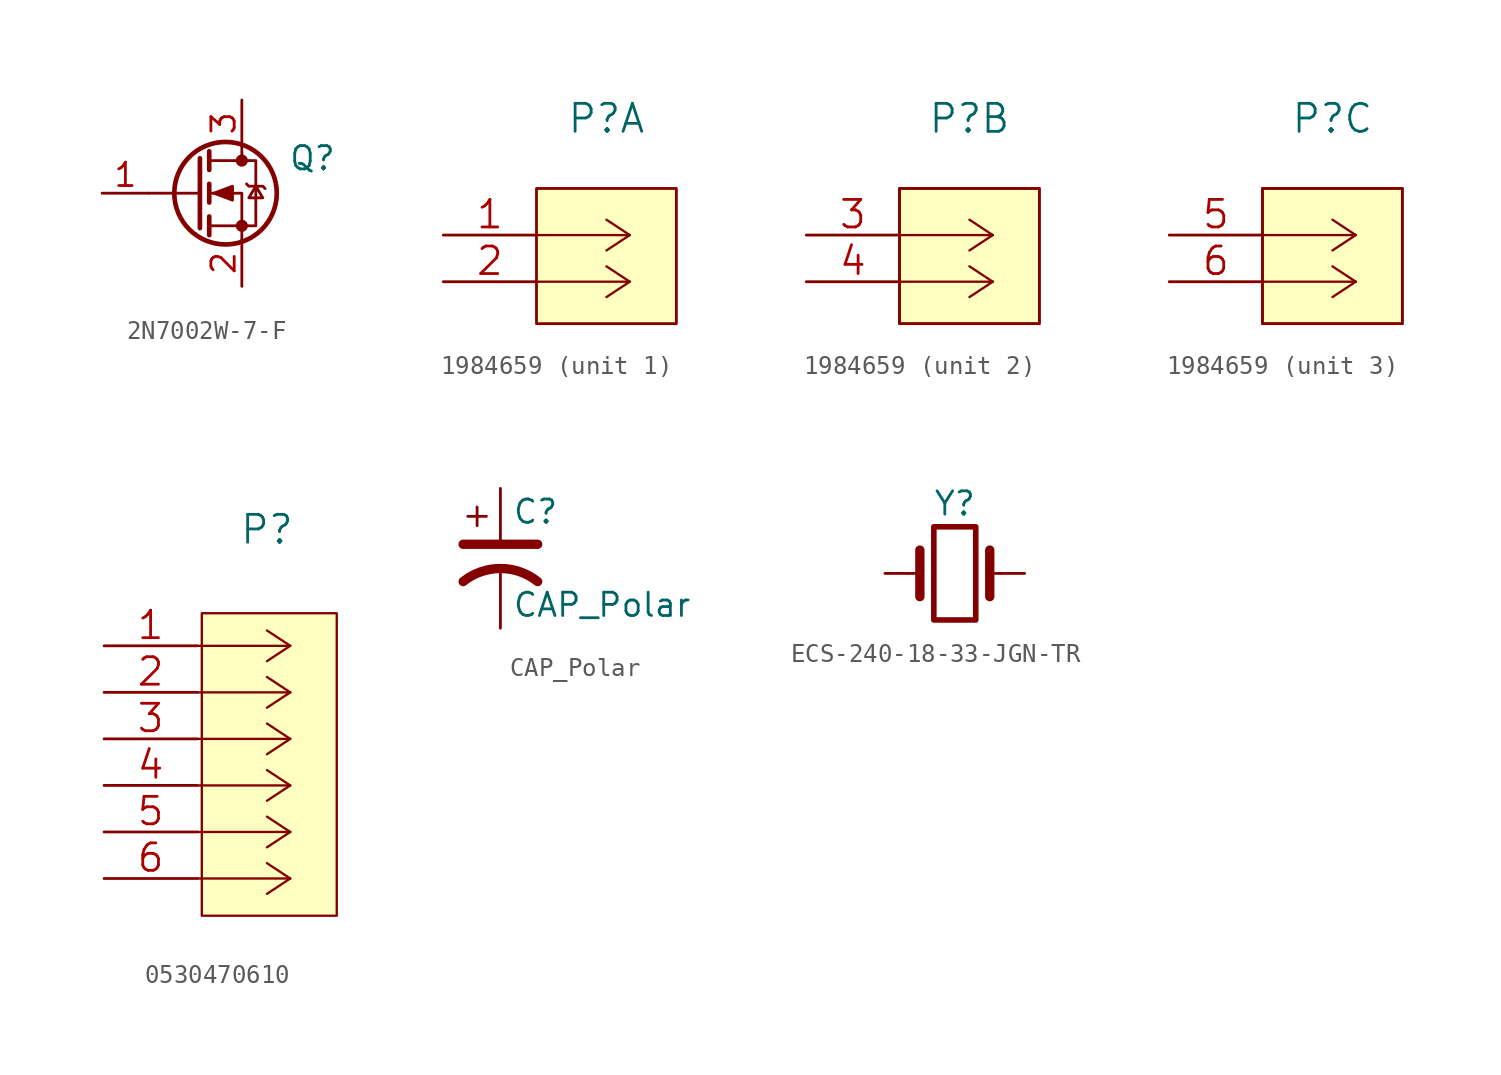
<source format=kicad_sym>
(kicad_symbol_lib
  (version 20220914)
  (generator kicad_symbol_editor)
  (symbol "2N7002W-7-F"
    (pin_names hide)
    (property "Reference" "Q"
      (at 5.08 1.905 0)
      (effects (font (size 1.27 1.27)) (justify left)))
    (symbol "2N7002W-7-F_0_1"
      (polyline (pts (xy 0.254 0) (xy -2.54 0)) (stroke (width 0) (type default)) (fill (type none)))
      (polyline (pts (xy 0.254 1.905) (xy 0.254 -1.905)) (stroke (width 0.254) (type default)) (fill (type none)))
      (polyline (pts (xy 0.762 -1.27) (xy 0.762 -2.286)) (stroke (width 0.254) (type default)) (fill (type none)))
      (polyline (pts (xy 0.762 0.508) (xy 0.762 -0.508)) (stroke (width 0.254) (type default)) (fill (type none)))
      (polyline (pts (xy 0.762 2.286) (xy 0.762 1.27)) (stroke (width 0.254) (type default)) (fill (type none)))
      (polyline (pts (xy 2.54 2.54) (xy 2.54 1.778)) (stroke (width 0) (type default)) (fill (type none)))
      (polyline (pts (xy 2.54 -2.54) (xy 2.54 0) (xy 0.762 0)) (stroke (width 0) (type default)) (fill (type none)))
      (polyline (pts (xy 0.762 -1.778) (xy 3.302 -1.778) (xy 3.302 1.778) (xy 0.762 1.778)) (stroke (width 0) (type default)) (fill (type none)))
      (polyline (pts (xy 1.016 0) (xy 2.032 0.381) (xy 2.032 -0.381) (xy 1.016 0)) (stroke (width 0) (type default)) (fill (type outline)))
      (polyline (pts (xy 2.794 0.508) (xy 2.921 0.381) (xy 3.683 0.381) (xy 3.81 0.254)) (stroke (width 0) (type default)) (fill (type none)))
      (polyline (pts (xy 3.302 0.381) (xy 2.921 -0.254) (xy 3.683 -0.254) (xy 3.302 0.381)) (stroke (width 0) (type default)) (fill (type none)))
      (circle (center 1.651 0) (radius 2.794) (stroke (width 0.254) (type default)) (fill (type none)))
      (circle (center 2.54 -1.778) (radius 0.254) (stroke (width 0) (type default)) (fill (type outline)))
      (circle (center 2.54 1.778) (radius 0.254) (stroke (width 0) (type default)) (fill (type outline))))
    (symbol "2N7002W-7-F_1_1"
      (pin input line (at -5.08 0 0) (length 2.54) (name "G" (effects (font (size 1.27 1.27)))) (number "1" (effects (font (size 1.27 1.27)))))
      (pin passive line (at 2.54 -5.08 90) (length 2.54) (name "S" (effects (font (size 1.27 1.27)))) (number "2" (effects (font (size 1.27 1.27)))))
      (pin passive line (at 2.54 5.08 270) (length 2.54) (name "D" (effects (font (size 1.27 1.27)))) (number "3" (effects (font (size 1.27 1.27)))))))
  (symbol "1984659"
    (pin_names
      (offset 0.254) hide)
    (property "Reference" "P"
      (at 8.89 6.35 0)
      (effects (font (size 1.524 1.524))))
    (symbol "1984659_0_1"
      (rectangle (start 5.08 2.54) (end 12.7 -4.826) (stroke (width 0.152) (type default)) (fill (type background))))
    (symbol "1984659_1_1"
      (polyline (pts (xy 10.16 -2.54) (xy 5.08 -2.54)) (stroke (width 0.127) (type default)) (fill (type none)))
      (polyline (pts (xy 10.16 -2.54) (xy 8.89 -3.378)) (stroke (width 0.127) (type default)) (fill (type none)))
      (polyline (pts (xy 10.16 -2.54) (xy 8.89 -1.702)) (stroke (width 0.127) (type default)) (fill (type none)))
      (polyline (pts (xy 10.16 0) (xy 5.08 0)) (stroke (width 0.127) (type default)) (fill (type none)))
      (polyline (pts (xy 10.16 0) (xy 8.89 -0.838)) (stroke (width 0.127) (type default)) (fill (type none)))
      (polyline (pts (xy 10.16 0) (xy 8.89 0.838)) (stroke (width 0.127) (type default)) (fill (type none)))
      (pin passive line (at 0 0 0) (length 5.08) (name "5" (effects (font (size 1.499 1.499)))) (number "1" (effects (font (size 1.499 1.499)))))
      (pin passive line (at 0 -2.54 0) (length 5.08) (name "6" (effects (font (size 1.499 1.499)))) (number "2" (effects (font (size 1.499 1.499))))))
    (symbol "1984659_2_1"
      (polyline (pts (xy 5.08 2.54) (xy 5.08 -4.826)) (stroke (width 0.127) (type default)) (fill (type none)))
      (polyline (pts (xy 10.16 -2.54) (xy 5.08 -2.54)) (stroke (width 0.127) (type default)) (fill (type none)))
      (polyline (pts (xy 10.16 -2.54) (xy 8.89 -3.378)) (stroke (width 0.127) (type default)) (fill (type none)))
      (polyline (pts (xy 10.16 -2.54) (xy 8.89 -1.702)) (stroke (width 0.127) (type default)) (fill (type none)))
      (polyline (pts (xy 10.16 0) (xy 5.08 0)) (stroke (width 0.127) (type default)) (fill (type none)))
      (polyline (pts (xy 10.16 0) (xy 8.89 -0.838)) (stroke (width 0.127) (type default)) (fill (type none)))
      (polyline (pts (xy 10.16 0) (xy 8.89 0.838)) (stroke (width 0.127) (type default)) (fill (type none)))
      (polyline (pts (xy 12.7 -4.826) (xy 12.7 2.54)) (stroke (width 0.127) (type default)) (fill (type none)))
      (polyline (pts (xy 12.7 2.54) (xy 5.08 2.54)) (stroke (width 0.127) (type default)) (fill (type none)))
      (polyline (pts (xy 5.08 -4.826) (xy 8.382 -4.826) (xy 12.7 -4.826)) (stroke (width 0.127) (type default)) (fill (type none)))
      (pin passive line (at 0 0 0) (length 5.08) (name "5" (effects (font (size 1.499 1.499)))) (number "3" (effects (font (size 1.499 1.499)))))
      (pin passive line (at 0 -2.54 0) (length 5.08) (name "6" (effects (font (size 1.499 1.499)))) (number "4" (effects (font (size 1.499 1.499))))))
    (symbol "1984659_3_1"
      (polyline (pts (xy 5.08 2.54) (xy 5.08 -4.826)) (stroke (width 0.127) (type default)) (fill (type none)))
      (polyline (pts (xy 10.16 -2.54) (xy 5.08 -2.54)) (stroke (width 0.127) (type default)) (fill (type none)))
      (polyline (pts (xy 10.16 -2.54) (xy 8.89 -3.378)) (stroke (width 0.127) (type default)) (fill (type none)))
      (polyline (pts (xy 10.16 -2.54) (xy 8.89 -1.702)) (stroke (width 0.127) (type default)) (fill (type none)))
      (polyline (pts (xy 10.16 0) (xy 5.08 0)) (stroke (width 0.127) (type default)) (fill (type none)))
      (polyline (pts (xy 10.16 0) (xy 8.89 -0.838)) (stroke (width 0.127) (type default)) (fill (type none)))
      (polyline (pts (xy 10.16 0) (xy 8.89 0.838)) (stroke (width 0.127) (type default)) (fill (type none)))
      (polyline (pts (xy 12.7 -4.826) (xy 12.7 2.54)) (stroke (width 0.127) (type default)) (fill (type none)))
      (polyline (pts (xy 12.7 2.54) (xy 5.08 2.54)) (stroke (width 0.127) (type default)) (fill (type none)))
      (polyline (pts (xy 5.08 -4.826) (xy 8.382 -4.826) (xy 12.7 -4.826)) (stroke (width 0.127) (type default)) (fill (type none)))
      (pin passive line (at 0 0 0) (length 5.08) (name "5" (effects (font (size 1.499 1.499)))) (number "5" (effects (font (size 1.499 1.499)))))
      (pin passive line (at 0 -2.54 0) (length 5.08) (name "6" (effects (font (size 1.499 1.499)))) (number "6" (effects (font (size 1.499 1.499)))))))
  (symbol "0530470610"
    (pin_names
      (offset 0.254) hide)
    (property "Reference" "P"
      (at 8.89 6.35 0)
      (effects (font (size 1.524 1.524))))
    (symbol "0530470610_1_1"
      (polyline (pts (xy 10.16 -12.7) (xy 5.08 -12.7)) (stroke (width 0.127) (type default)) (fill (type none)))
      (polyline (pts (xy 10.16 -12.7) (xy 8.89 -13.538)) (stroke (width 0.127) (type default)) (fill (type none)))
      (polyline (pts (xy 10.16 -12.7) (xy 8.89 -11.862)) (stroke (width 0.127) (type default)) (fill (type none)))
      (polyline (pts (xy 10.16 -10.16) (xy 5.08 -10.16)) (stroke (width 0.127) (type default)) (fill (type none)))
      (polyline (pts (xy 10.16 -10.16) (xy 8.89 -10.998)) (stroke (width 0.127) (type default)) (fill (type none)))
      (polyline (pts (xy 10.16 -10.16) (xy 8.89 -9.322)) (stroke (width 0.127) (type default)) (fill (type none)))
      (polyline (pts (xy 10.16 -7.62) (xy 5.08 -7.62)) (stroke (width 0.127) (type default)) (fill (type none)))
      (polyline (pts (xy 10.16 -7.62) (xy 8.89 -8.458)) (stroke (width 0.127) (type default)) (fill (type none)))
      (polyline (pts (xy 10.16 -7.62) (xy 8.89 -6.782)) (stroke (width 0.127) (type default)) (fill (type none)))
      (polyline (pts (xy 10.16 -5.08) (xy 5.08 -5.08)) (stroke (width 0.127) (type default)) (fill (type none)))
      (polyline (pts (xy 10.16 -5.08) (xy 8.89 -5.918)) (stroke (width 0.127) (type default)) (fill (type none)))
      (polyline (pts (xy 10.16 -5.08) (xy 8.89 -4.242)) (stroke (width 0.127) (type default)) (fill (type none)))
      (polyline (pts (xy 10.16 -2.54) (xy 5.08 -2.54)) (stroke (width 0.127) (type default)) (fill (type none)))
      (polyline (pts (xy 10.16 -2.54) (xy 8.89 -3.378)) (stroke (width 0.127) (type default)) (fill (type none)))
      (polyline (pts (xy 10.16 -2.54) (xy 8.89 -1.702)) (stroke (width 0.127) (type default)) (fill (type none)))
      (polyline (pts (xy 10.16 0) (xy 5.08 0)) (stroke (width 0.127) (type default)) (fill (type none)))
      (polyline (pts (xy 10.16 0) (xy 8.89 -0.838)) (stroke (width 0.127) (type default)) (fill (type none)))
      (polyline (pts (xy 10.16 0) (xy 8.89 0.838)) (stroke (width 0.127) (type default)) (fill (type none)))
      (rectangle (start 5.334 1.778) (end 12.7 -14.732) (stroke (width 0.127) (type default)) (fill (type background)))
      (pin passive line (at 0 0 0) (length 5.08) (name "1" (effects (font (size 1.499 1.499)))) (number "1" (effects (font (size 1.499 1.499)))))
      (pin passive line (at 0 -2.54 0) (length 5.08) (name "2" (effects (font (size 1.499 1.499)))) (number "2" (effects (font (size 1.499 1.499)))))
      (pin passive line (at 0 -5.08 0) (length 5.08) (name "3" (effects (font (size 1.499 1.499)))) (number "3" (effects (font (size 1.499 1.499)))))
      (pin passive line (at 0 -7.62 0) (length 5.08) (name "4" (effects (font (size 1.499 1.499)))) (number "4" (effects (font (size 1.499 1.499)))))
      (pin passive line (at 0 -10.16 0) (length 5.08) (name "5" (effects (font (size 1.499 1.499)))) (number "5" (effects (font (size 1.499 1.499)))))
      (pin passive line (at 0 -12.7 0) (length 5.08) (name "6" (effects (font (size 1.499 1.499)))) (number "6" (effects (font (size 1.499 1.499)))))))
  (symbol "CAP_Polar"
    (pin_numbers hide)
    (pin_names
      (offset 0.254) hide)
    (property "Reference" "C"
      (at 0.635 2.54 0)
      (effects (font (size 1.27 1.27)) (justify left)))
    (property "Value" "CAP_Polar"
      (at 0.635 -2.54 0)
      (effects (font (size 1.27 1.27)) (justify left)))
    (symbol "CAP_Polar_0_1"
      (polyline (pts (xy -2.032 0.762) (xy 2.032 0.762)) (stroke (width 0.508) (type default)) (fill (type none)))
      (polyline (pts (xy -1.778 2.286) (xy -0.762 2.286)) (stroke (width 0) (type default)) (fill (type none)))
      (polyline (pts (xy -1.27 1.778) (xy -1.27 2.794)) (stroke (width 0) (type default)) (fill (type none)))
      (arc (start 2.032 -1.27) (mid 0 -0.5572) (end -2.032 -1.27) (stroke (width 0.508) (type default)) (fill (type none))))
    (symbol "CAP_Polar_1_1"
      (pin passive line (at 0 3.81 270) (length 2.794) (name "~" (effects (font (size 1.27 1.27)))) (number "1" (effects (font (size 1.27 1.27)))))
      (pin passive line (at 0 -3.81 90) (length 3.302) (name "~" (effects (font (size 1.27 1.27)))) (number "2" (effects (font (size 1.27 1.27)))))))
  (symbol "ECS-240-18-33-JGN-TR"
    (pin_numbers hide)
    (pin_names
      (offset 1.016) hide)
    (property "Reference" "Y"
      (at 0 3.81 0)
      (effects (font (size 1.27 1.27))))
    (symbol "ECS-240-18-33-JGN-TR_0_1"
      (rectangle (start -1.143 2.54) (end 1.143 -2.54) (stroke (width 0.305) (type default)) (fill (type none)))
      (polyline (pts (xy -2.54 0) (xy -1.905 0)) (stroke (width 0) (type default)) (fill (type none)))
      (polyline (pts (xy -1.905 -1.27) (xy -1.905 1.27)) (stroke (width 0.508) (type default)) (fill (type none)))
      (polyline (pts (xy 1.905 -1.27) (xy 1.905 1.27)) (stroke (width 0.508) (type default)) (fill (type none)))
      (polyline (pts (xy 2.54 0) (xy 1.905 0)) (stroke (width 0) (type default)) (fill (type none))))
    (symbol "ECS-240-18-33-JGN-TR_1_1"
      (pin passive line (at -3.81 0 0) (length 1.27) (name "1" (effects (font (size 1.27 1.27)))) (number "1" (effects (font (size 1.27 1.27)))))
      (pin no_connect line (at -3.175 5.08 270) (length 2.54) hide (name "" (effects (font (size 1.27 1.27)))) (number "2" (effects (font (size 1.27 1.27)))))
      (pin passive line (at 3.81 0 180) (length 1.27) (name "3" (effects (font (size 1.27 1.27)))) (number "3" (effects (font (size 1.27 1.27)))))
      (pin no_connect line (at -6.35 5.08 270) (length 2.54) hide (name "" (effects (font (size 1.27 1.27)))) (number "4" (effects (font (size 1.27 1.27))))))))
</source>
